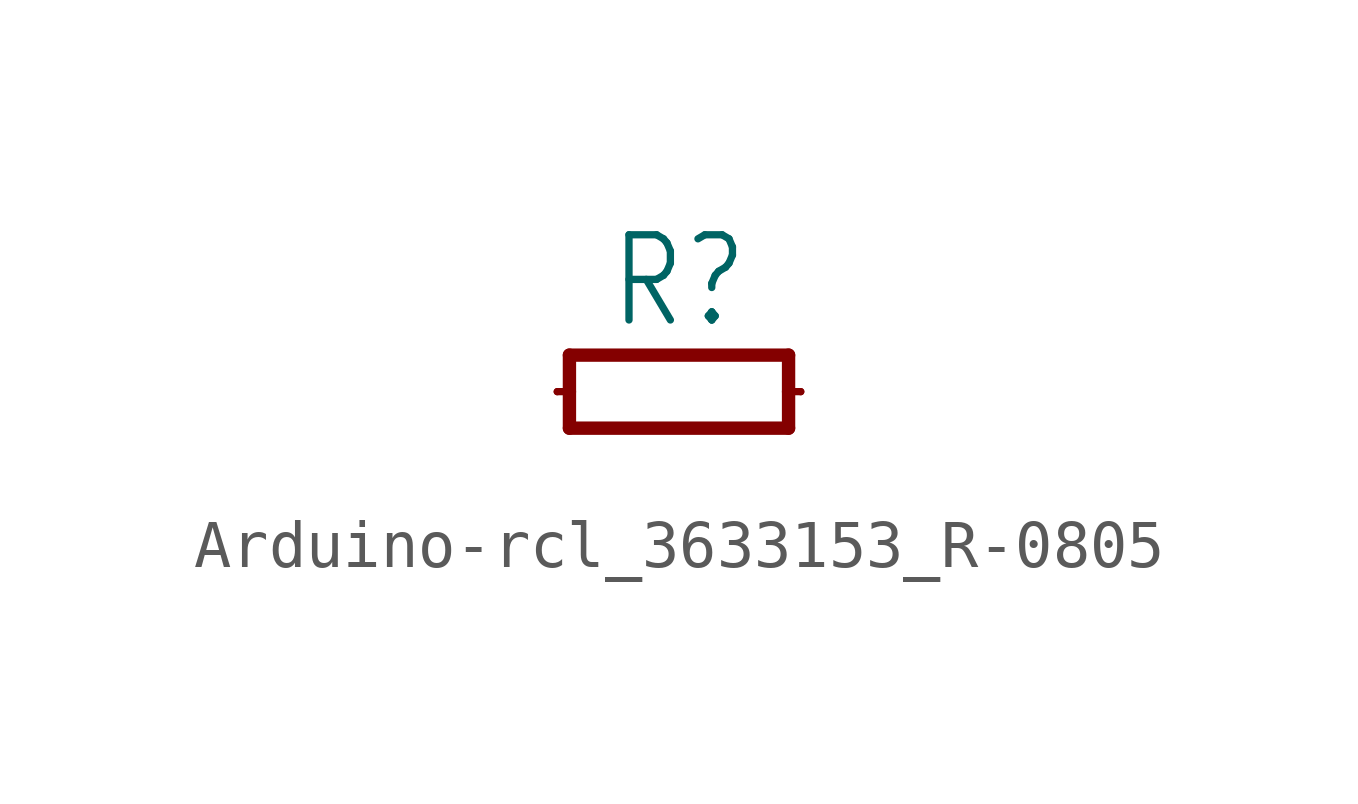
<source format=kicad_sym>
(kicad_symbol_lib
  (version 20241209)
  (generator "kicad_symbol_editor")
  (generator_version "9.0")
  (symbol "Arduino-rcl_3633153_R-0805"
    (property "Reference" "R"
      (at 0 1.27 0)
      (effects (font (size 1.778 1.511)) (justify bottom)))
    (property "Value" ""
      (at 0 -1.27 0)
      (effects (font (size 1.778 1.511)) (justify top)))
    (property "ki_locked" ""
      (at 0 0 0)
      (effects (font (size 1.27 1.27))))
    (symbol "Arduino-rcl_3633153_R-0805_1_0"
      (polyline (pts (xy -2.54 0) (xy -2.286 0)) (stroke (width 0.152) (type solid)) (fill (type none)))
      (polyline (pts (xy -2.286 0.762) (xy 2.286 0.762)) (stroke (width 0.279) (type solid)) (fill (type none)))
      (polyline (pts (xy -2.286 0) (xy -2.286 0.762)) (stroke (width 0.279) (type solid)) (fill (type none)))
      (polyline (pts (xy -2.286 -0.762) (xy -2.286 0)) (stroke (width 0.279) (type solid)) (fill (type none)))
      (polyline (pts (xy -2.286 -0.762) (xy 2.286 -0.762)) (stroke (width 0.279) (type solid)) (fill (type none)))
      (polyline (pts (xy 2.286 0.762) (xy 2.286 0)) (stroke (width 0.279) (type solid)) (fill (type none)))
      (polyline (pts (xy 2.286 0) (xy 2.286 -0.762)) (stroke (width 0.279) (type solid)) (fill (type none)))
      (polyline (pts (xy 2.286 0) (xy 2.54 0)) (stroke (width 0.152) (type solid)) (fill (type none)))
      (pin passive line (at -2.54 0 0) (length 0) (name "1" (effects (font (size 0 0)))) (number "1" (effects (font (size 0 0)))))
      (pin passive line (at 2.54 0 180) (length 0) (name "2" (effects (font (size 0 0)))) (number "2" (effects (font (size 0 0))))))))
</source>
